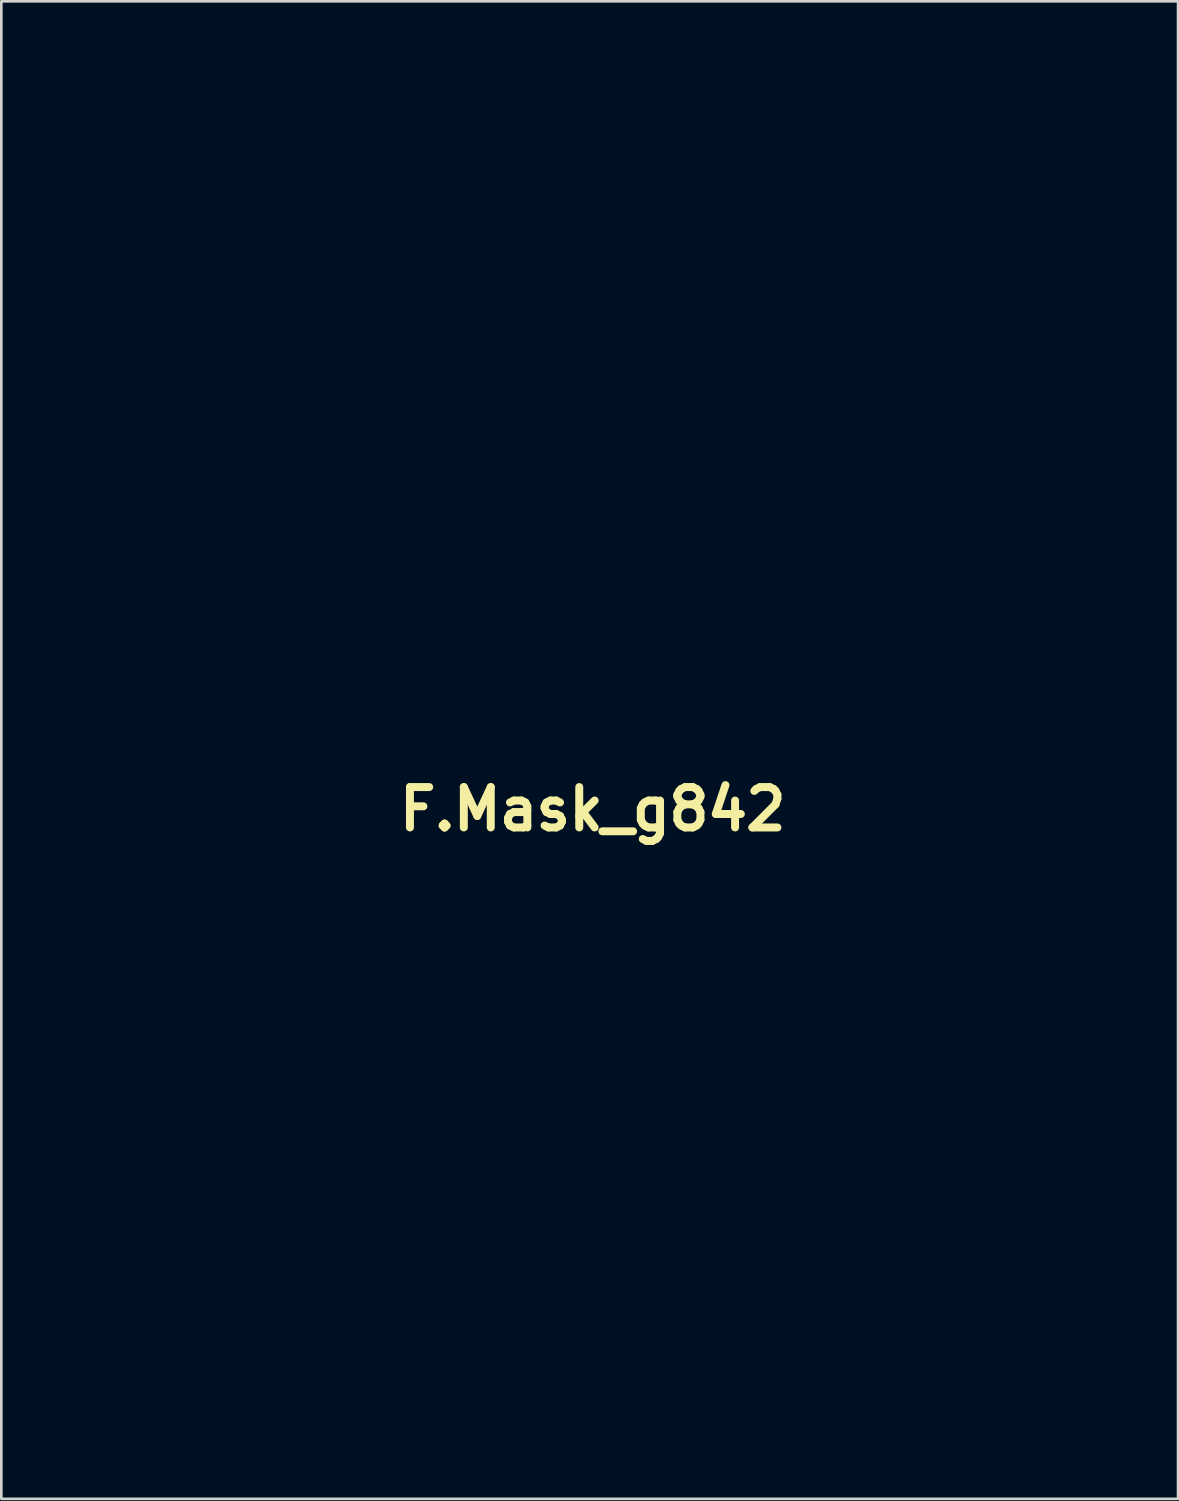
<source format=kicad_pcb>
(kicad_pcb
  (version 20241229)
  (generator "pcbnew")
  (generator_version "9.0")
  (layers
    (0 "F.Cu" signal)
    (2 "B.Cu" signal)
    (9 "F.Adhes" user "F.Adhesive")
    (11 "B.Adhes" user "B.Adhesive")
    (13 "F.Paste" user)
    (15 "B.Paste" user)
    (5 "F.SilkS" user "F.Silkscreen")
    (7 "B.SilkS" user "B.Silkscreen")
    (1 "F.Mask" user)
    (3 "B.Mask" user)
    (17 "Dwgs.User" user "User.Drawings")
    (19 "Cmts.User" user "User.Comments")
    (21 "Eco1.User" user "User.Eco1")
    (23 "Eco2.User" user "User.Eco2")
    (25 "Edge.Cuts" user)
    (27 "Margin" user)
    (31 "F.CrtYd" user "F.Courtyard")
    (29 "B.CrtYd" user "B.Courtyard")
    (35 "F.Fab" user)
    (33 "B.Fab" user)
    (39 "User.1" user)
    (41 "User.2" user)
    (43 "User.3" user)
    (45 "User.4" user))
  (footprint "F.Mask_g842"
    (layer "F.Cu")
    (at 19.309 27.475)
    (property "Reference" "F.Mask_g842" (at 0 0 0) (layer "F.SilkS") (effects (font (size 1.524 1.524) (thickness 0.3))))
    (attr through_hole)
    (fp_poly (pts (xy -2.108 19.327) (xy -2.242 19.334) (xy -2.375 19.342) (xy -2.382 19.679) (xy -2.389 20.015) (xy -2.642 20.015) (xy -2.642 19.661) (xy -2.64 19.527) (xy -2.635 19.406) (xy -2.628 19.31) (xy -2.62 19.251) (xy -2.617 19.243) (xy -2.563 19.17) (xy -2.465 19.123) (xy -2.324 19.102) (xy -2.275 19.101) (xy -2.108 19.101) (xy -2.108 19.327)) (stroke (width 0.01) (type solid)) (fill yes) (layer "F.Mask"))
    (fp_poly (pts (xy -2.203 20.325) (xy -2.07 20.333) (xy -2.054 20.549) (xy -1.829 20.549) (xy -1.829 20.777) (xy -2.059 20.777) (xy -2.052 21.012) (xy -2.045 21.247) (xy -1.829 21.263) (xy -1.829 21.488) (xy -1.975 21.488) (xy -2.072 21.481) (xy -2.161 21.463) (xy -2.2 21.448) (xy -2.257 21.411) (xy -2.296 21.361) (xy -2.321 21.287) (xy -2.333 21.181) (xy -2.337 21.034) (xy -2.337 21.03) (xy -2.337 20.777) (xy -2.413 20.777) (xy -2.46 20.774) (xy -2.482 20.755) (xy -2.489 20.706) (xy -2.489 20.663) (xy -2.487 20.593) (xy -2.474 20.559) (xy -2.442 20.549) (xy -2.413 20.549) (xy -2.366 20.545) (xy -2.344 20.526) (xy -2.337 20.478) (xy -2.337 20.433) (xy -2.337 20.317) (xy -2.203 20.325)) (stroke (width 0.01) (type solid)) (fill yes) (layer "F.Mask"))
    (fp_poly (pts (xy -6.706 19.394) (xy -6.705 19.521) (xy -6.702 19.608) (xy -6.694 19.665) (xy -6.68 19.704) (xy -6.659 19.734) (xy -6.643 19.75) (xy -6.581 19.793) (xy -6.517 19.812) (xy -6.515 19.812) (xy -6.452 19.794) (xy -6.389 19.752) (xy -6.387 19.75) (xy -6.36 19.72) (xy -6.342 19.687) (xy -6.332 19.641) (xy -6.326 19.571) (xy -6.325 19.466) (xy -6.325 19.394) (xy -6.325 19.101) (xy -6.071 19.101) (xy -6.071 19.425) (xy -6.072 19.569) (xy -6.077 19.672) (xy -6.086 19.746) (xy -6.101 19.801) (xy -6.118 19.838) (xy -6.199 19.939) (xy -6.316 20.007) (xy -6.463 20.038) (xy -6.515 20.04) (xy -6.638 20.03) (xy -6.736 19.999) (xy -6.766 19.983) (xy -6.839 19.934) (xy -6.891 19.877) (xy -6.926 19.804) (xy -6.947 19.705) (xy -6.957 19.572) (xy -6.96 19.425) (xy -6.96 19.101) (xy -6.706 19.101) (xy -6.706 19.394)) (stroke (width 0.01) (type solid)) (fill yes) (layer "F.Mask"))
    (fp_poly (pts (xy -6.452 20.853) (xy -6.451 20.985) (xy -6.447 21.076) (xy -6.44 21.136) (xy -6.427 21.175) (xy -6.407 21.203) (xy -6.401 21.209) (xy -6.326 21.251) (xy -6.236 21.255) (xy -6.152 21.22) (xy -6.129 21.201) (xy -6.113 21.175) (xy -6.103 21.133) (xy -6.098 21.066) (xy -6.096 20.965) (xy -6.096 20.865) (xy -6.096 20.549) (xy -5.813 20.549) (xy -5.821 20.89) (xy -5.825 21.032) (xy -5.831 21.133) (xy -5.84 21.203) (xy -5.853 21.251) (xy -5.873 21.289) (xy -5.882 21.302) (xy -5.975 21.402) (xy -6.081 21.461) (xy -6.212 21.486) (xy -6.274 21.488) (xy -6.381 21.484) (xy -6.457 21.468) (xy -6.52 21.436) (xy -6.528 21.431) (xy -6.599 21.379) (xy -6.651 21.327) (xy -6.685 21.266) (xy -6.707 21.187) (xy -6.719 21.079) (xy -6.726 20.932) (xy -6.727 20.89) (xy -6.736 20.549) (xy -6.452 20.549) (xy -6.452 20.853)) (stroke (width 0.01) (type solid)) (fill yes) (layer "F.Mask"))
    (fp_poly (pts (xy -3.059 19.107) (xy -2.944 19.164) (xy -2.861 19.258) (xy -2.812 19.391) (xy -2.799 19.495) (xy -2.788 19.66) (xy -3.083 19.66) (xy -3.204 19.662) (xy -3.299 19.667) (xy -3.36 19.675) (xy -3.378 19.684) (xy -3.354 19.728) (xy -3.287 19.762) (xy -3.182 19.782) (xy -3.08 19.787) (xy -2.896 19.787) (xy -2.896 20.015) (xy -3.118 20.015) (xy -3.267 20.009) (xy -3.372 19.992) (xy -3.416 19.975) (xy -3.54 19.885) (xy -3.626 19.767) (xy -3.672 19.632) (xy -3.675 19.487) (xy -3.657 19.425) (xy -3.378 19.425) (xy -3.332 19.447) (xy -3.238 19.456) (xy -3.212 19.456) (xy -3.12 19.454) (xy -3.072 19.446) (xy -3.061 19.43) (xy -3.063 19.425) (xy -3.129 19.34) (xy -3.203 19.306) (xy -3.285 19.322) (xy -3.322 19.344) (xy -3.374 19.391) (xy -3.378 19.425) (xy -3.657 19.425) (xy -3.633 19.343) (xy -3.594 19.274) (xy -3.509 19.177) (xy -3.404 19.118) (xy -3.269 19.091) (xy -3.209 19.089) (xy -3.059 19.107)) (stroke (width 0.01) (type solid)) (fill yes) (layer "F.Mask"))
    (fp_poly (pts (xy -4.496 19.174) (xy -4.378 19.122) (xy -4.239 19.084) (xy -4.108 19.093) (xy -3.99 19.143) (xy -3.894 19.229) (xy -3.824 19.347) (xy -3.788 19.491) (xy -3.785 19.558) (xy -3.805 19.721) (xy -3.865 19.854) (xy -3.961 19.954) (xy -4.09 20.017) (xy -4.247 20.04) (xy -4.257 20.04) (xy -4.354 20.033) (xy -4.442 20.018) (xy -4.483 20.005) (xy -4.586 19.936) (xy -4.672 19.835) (xy -4.721 19.738) (xy -4.732 19.679) (xy -4.74 19.577) (xy -4.741 19.564) (xy -4.474 19.564) (xy -4.46 19.663) (xy -4.41 19.748) (xy -4.407 19.751) (xy -4.325 19.801) (xy -4.234 19.808) (xy -4.149 19.772) (xy -4.106 19.729) (xy -4.062 19.639) (xy -4.054 19.544) (xy -4.076 19.454) (xy -4.123 19.379) (xy -4.189 19.33) (xy -4.27 19.315) (xy -4.323 19.327) (xy -4.402 19.381) (xy -4.453 19.465) (xy -4.474 19.564) (xy -4.741 19.564) (xy -4.746 19.438) (xy -4.749 19.27) (xy -4.75 19.186) (xy -4.75 18.72) (xy -4.496 18.72) (xy -4.496 19.174)) (stroke (width 0.01) (type solid)) (fill yes) (layer "F.Mask"))
    (fp_poly (pts (xy -2.817 20.564) (xy -2.7 20.62) (xy -2.616 20.714) (xy -2.564 20.847) (xy -2.547 20.957) (xy -2.533 21.107) (xy -2.84 21.107) (xy -2.975 21.109) (xy -3.065 21.113) (xy -3.116 21.12) (xy -3.136 21.132) (xy -3.136 21.14) (xy -3.088 21.193) (xy -2.993 21.231) (xy -2.851 21.253) (xy -2.826 21.255) (xy -2.642 21.266) (xy -2.642 21.488) (xy -2.813 21.486) (xy -2.915 21.482) (xy -3.009 21.473) (xy -3.065 21.464) (xy -3.211 21.406) (xy -3.323 21.313) (xy -3.397 21.19) (xy -3.428 21.041) (xy -3.429 21.011) (xy -3.415 20.902) (xy -3.144 20.902) (xy -3.112 20.921) (xy -3.035 20.929) (xy -2.985 20.93) (xy -2.888 20.926) (xy -2.835 20.915) (xy -2.819 20.896) (xy -2.842 20.834) (xy -2.901 20.783) (xy -2.951 20.763) (xy -3.012 20.762) (xy -3.067 20.795) (xy -3.085 20.812) (xy -3.133 20.867) (xy -3.144 20.902) (xy -3.415 20.902) (xy -3.409 20.85) (xy -3.35 20.72) (xy -3.255 20.624) (xy -3.126 20.565) (xy -2.968 20.545) (xy -2.817 20.564)) (stroke (width 0.01) (type solid)) (fill yes) (layer "F.Mask"))
    (fp_poly (pts (xy -5.613 18.951) (xy -5.611 19.05) (xy -5.606 19.126) (xy -5.599 19.167) (xy -5.594 19.171) (xy -5.447 19.108) (xy -5.322 19.084) (xy -5.208 19.098) (xy -5.095 19.15) (xy -5.093 19.151) (xy -4.998 19.238) (xy -4.935 19.352) (xy -4.904 19.484) (xy -4.905 19.622) (xy -4.937 19.756) (xy -5 19.874) (xy -5.093 19.966) (xy -5.12 19.983) (xy -5.226 20.022) (xy -5.357 20.039) (xy -5.489 20.034) (xy -5.6 20.005) (xy -5.601 20.005) (xy -5.714 19.927) (xy -5.803 19.809) (xy -5.828 19.755) (xy -5.843 19.708) (xy -5.854 19.642) (xy -5.859 19.575) (xy -5.588 19.575) (xy -5.578 19.665) (xy -5.544 19.73) (xy -5.526 19.75) (xy -5.45 19.797) (xy -5.364 19.812) (xy -5.285 19.793) (xy -5.249 19.766) (xy -5.191 19.671) (xy -5.168 19.568) (xy -5.182 19.468) (xy -5.229 19.384) (xy -5.285 19.341) (xy -5.379 19.316) (xy -5.464 19.335) (xy -5.533 19.393) (xy -5.576 19.484) (xy -5.588 19.575) (xy -5.859 19.575) (xy -5.861 19.551) (xy -5.866 19.427) (xy -5.867 19.262) (xy -5.867 19.191) (xy -5.867 18.72) (xy -5.613 18.72) (xy -5.613 18.951)) (stroke (width 0.01) (type solid)) (fill yes) (layer "F.Mask"))
    (fp_poly (pts (xy -7.643 18.774) (xy -7.512 18.783) (xy -7.427 18.799) (xy -7.41 18.806) (xy -7.293 18.88) (xy -7.209 18.984) (xy -7.16 19.106) (xy -7.148 19.236) (xy -7.175 19.365) (xy -7.243 19.48) (xy -7.266 19.505) (xy -7.343 19.581) (xy -7.29 19.684) (xy -7.251 19.75) (xy -7.211 19.78) (xy -7.162 19.787) (xy -7.116 19.79) (xy -7.094 19.809) (xy -7.087 19.858) (xy -7.087 19.901) (xy -7.087 20.015) (xy -7.223 20.015) (xy -7.328 20.006) (xy -7.41 19.972) (xy -7.479 19.906) (xy -7.546 19.8) (xy -7.559 19.775) (xy -7.601 19.698) (xy -7.633 19.656) (xy -7.671 19.638) (xy -7.728 19.634) (xy -7.753 19.634) (xy -7.874 19.634) (xy -7.874 20.015) (xy -8.153 20.015) (xy -8.153 19.025) (xy -7.874 19.025) (xy -7.874 19.412) (xy -7.705 19.401) (xy -7.609 19.392) (xy -7.548 19.376) (xy -7.504 19.349) (xy -7.477 19.32) (xy -7.427 19.24) (xy -7.425 19.167) (xy -7.473 19.094) (xy -7.479 19.087) (xy -7.522 19.052) (xy -7.571 19.033) (xy -7.644 19.026) (xy -7.708 19.025) (xy -7.874 19.025) (xy -8.153 19.025) (xy -8.153 18.771) (xy -7.822 18.771) (xy -7.643 18.774)) (stroke (width 0.01) (type solid)) (fill yes) (layer "F.Mask"))
    (fp_poly (pts (xy -5.07 20.563) (xy -4.994 20.571) (xy -4.939 20.587) (xy -4.889 20.616) (xy -4.88 20.622) (xy -4.817 20.675) (xy -4.771 20.735) (xy -4.738 20.812) (xy -4.716 20.913) (xy -4.704 21.046) (xy -4.7 21.22) (xy -4.7 21.281) (xy -4.701 21.436) (xy -4.706 21.566) (xy -4.714 21.662) (xy -4.724 21.716) (xy -4.726 21.721) (xy -4.771 21.772) (xy -4.845 21.809) (xy -4.955 21.832) (xy -5.105 21.843) (xy -5.206 21.844) (xy -5.486 21.844) (xy -5.486 21.617) (xy -5.226 21.61) (xy -4.966 21.603) (xy -4.958 21.491) (xy -4.95 21.379) (xy -5.011 21.419) (xy -5.131 21.47) (xy -5.261 21.478) (xy -5.389 21.447) (xy -5.503 21.381) (xy -5.594 21.284) (xy -5.637 21.201) (xy -5.664 21.069) (xy -5.66 21.005) (xy -5.385 21.005) (xy -5.374 21.11) (xy -5.336 21.181) (xy -5.271 21.23) (xy -5.206 21.255) (xy -5.145 21.25) (xy -5.079 21.221) (xy -5.013 21.161) (xy -4.978 21.074) (xy -4.976 20.975) (xy -5.008 20.878) (xy -5.045 20.825) (xy -5.111 20.786) (xy -5.197 20.778) (xy -5.282 20.802) (xy -5.326 20.832) (xy -5.366 20.886) (xy -5.383 20.959) (xy -5.385 21.005) (xy -5.66 21.005) (xy -5.655 20.928) (xy -5.614 20.793) (xy -5.545 20.68) (xy -5.483 20.622) (xy -5.433 20.591) (xy -5.38 20.573) (xy -5.309 20.564) (xy -5.204 20.561) (xy -5.182 20.561) (xy -5.07 20.563)) (stroke (width 0.01) (type solid)) (fill yes) (layer "F.Mask"))
    (fp_poly (pts (xy -3.931 20.561) (xy -3.809 20.597) (xy -3.715 20.668) (xy -3.64 20.775) (xy -3.617 20.823) (xy -3.601 20.871) (xy -3.591 20.929) (xy -3.585 21.007) (xy -3.582 21.116) (xy -3.581 21.262) (xy -3.583 21.401) (xy -3.588 21.526) (xy -3.595 21.626) (xy -3.603 21.691) (xy -3.607 21.704) (xy -3.643 21.76) (xy -3.706 21.8) (xy -3.801 21.826) (xy -3.936 21.84) (xy -4.089 21.844) (xy -4.369 21.844) (xy -4.369 21.615) (xy -4.118 21.615) (xy -3.995 21.614) (xy -3.914 21.607) (xy -3.867 21.59) (xy -3.843 21.556) (xy -3.836 21.503) (xy -3.835 21.458) (xy -3.835 21.381) (xy -3.905 21.427) (xy -4 21.465) (xy -4.118 21.476) (xy -4.239 21.46) (xy -4.344 21.419) (xy -4.348 21.417) (xy -4.444 21.33) (xy -4.508 21.214) (xy -4.54 21.082) (xy -4.54 21.041) (xy -4.277 21.041) (xy -4.248 21.133) (xy -4.195 21.203) (xy -4.171 21.22) (xy -4.097 21.253) (xy -4.036 21.252) (xy -3.964 21.223) (xy -3.908 21.184) (xy -3.877 21.144) (xy -3.86 21.05) (xy -3.87 20.947) (xy -3.903 20.859) (xy -3.913 20.844) (xy -3.984 20.789) (xy -4.068 20.775) (xy -4.152 20.796) (xy -4.223 20.851) (xy -4.27 20.935) (xy -4.274 20.949) (xy -4.277 21.041) (xy -4.54 21.041) (xy -4.54 20.943) (xy -4.507 20.811) (xy -4.441 20.695) (xy -4.365 20.622) (xy -4.306 20.588) (xy -4.237 20.567) (xy -4.141 20.557) (xy -4.089 20.554) (xy -3.931 20.561)) (stroke (width 0.01) (type solid)) (fill yes) (layer "F.Mask"))
    (fp_poly (pts (xy -7.66 20.222) (xy -7.562 20.27) (xy -7.472 20.36) (xy -7.456 20.381) (xy -7.436 20.414) (xy -7.421 20.455) (xy -7.41 20.513) (xy -7.402 20.598) (xy -7.396 20.717) (xy -7.391 20.834) (xy -7.386 20.985) (xy -7.379 21.093) (xy -7.371 21.165) (xy -7.36 21.21) (xy -7.345 21.235) (xy -7.336 21.243) (xy -7.292 21.255) (xy -7.244 21.226) (xy -7.24 21.223) (xy -7.222 21.204) (xy -7.209 21.179) (xy -7.199 21.14) (xy -7.193 21.081) (xy -7.19 20.994) (xy -7.189 20.872) (xy -7.188 20.706) (xy -7.188 20.697) (xy -7.188 20.218) (xy -6.909 20.218) (xy -6.909 20.682) (xy -6.91 20.837) (xy -6.914 20.981) (xy -6.92 21.104) (xy -6.928 21.194) (xy -6.935 21.239) (xy -6.973 21.317) (xy -7.034 21.395) (xy -7.05 21.41) (xy -7.11 21.457) (xy -7.169 21.48) (xy -7.247 21.488) (xy -7.284 21.488) (xy -7.418 21.475) (xy -7.511 21.439) (xy -7.569 21.397) (xy -7.612 21.349) (xy -7.641 21.285) (xy -7.659 21.197) (xy -7.668 21.077) (xy -7.671 20.917) (xy -7.671 20.882) (xy -7.672 20.734) (xy -7.675 20.629) (xy -7.682 20.558) (xy -7.694 20.514) (xy -7.71 20.488) (xy -7.711 20.487) (xy -7.756 20.455) (xy -7.782 20.447) (xy -7.812 20.452) (xy -7.835 20.469) (xy -7.852 20.507) (xy -7.863 20.569) (xy -7.87 20.664) (xy -7.873 20.796) (xy -7.874 20.972) (xy -7.874 20.998) (xy -7.874 21.488) (xy -8.153 21.488) (xy -8.153 20.974) (xy -8.153 20.797) (xy -8.151 20.664) (xy -8.148 20.565) (xy -8.142 20.495) (xy -8.133 20.446) (xy -8.12 20.409) (xy -8.104 20.379) (xy -8.024 20.282) (xy -7.924 20.227) (xy -7.794 20.208) (xy -7.782 20.208) (xy -7.66 20.222)) (stroke (width 0.01) (type solid)) (fill yes) (layer "F.Mask"))
    (fp_poly (pts (xy -10.501 18.459) (xy -10.403 18.477) (xy -10.135 18.562) (xy -9.889 18.689) (xy -9.668 18.853) (xy -9.476 19.05) (xy -9.317 19.274) (xy -9.195 19.519) (xy -9.113 19.782) (xy -9.075 20.057) (xy -9.078 20.275) (xy -9.126 20.564) (xy -9.218 20.833) (xy -9.349 21.077) (xy -9.515 21.295) (xy -9.712 21.482) (xy -9.937 21.635) (xy -10.184 21.752) (xy -10.45 21.828) (xy -10.73 21.861) (xy -11.021 21.846) (xy -11.05 21.843) (xy -11.305 21.781) (xy -11.555 21.675) (xy -11.79 21.531) (xy -12.001 21.355) (xy -12.179 21.154) (xy -12.264 21.026) (xy -12.387 20.769) (xy -12.464 20.494) (xy -12.497 20.211) (xy -12.494 20.148) (xy -12.316 20.148) (xy -12.311 20.326) (xy -12.295 20.453) (xy -12.23 20.673) (xy -12.125 20.892) (xy -11.987 21.099) (xy -11.824 21.28) (xy -11.65 21.421) (xy -11.413 21.55) (xy -11.157 21.636) (xy -10.892 21.678) (xy -10.626 21.676) (xy -10.368 21.627) (xy -10.338 21.618) (xy -10.09 21.514) (xy -9.864 21.368) (xy -9.664 21.186) (xy -9.498 20.974) (xy -9.371 20.737) (xy -9.32 20.599) (xy -9.261 20.33) (xy -9.252 20.061) (xy -9.29 19.798) (xy -9.376 19.545) (xy -9.507 19.309) (xy -9.683 19.093) (xy -9.699 19.077) (xy -9.908 18.895) (xy -10.125 18.761) (xy -10.357 18.672) (xy -10.611 18.625) (xy -10.797 18.616) (xy -11.068 18.641) (xy -11.326 18.711) (xy -11.566 18.825) (xy -11.782 18.977) (xy -11.97 19.164) (xy -12.124 19.383) (xy -12.239 19.629) (xy -12.243 19.641) (xy -12.28 19.786) (xy -12.305 19.962) (xy -12.316 20.148) (xy -12.494 20.148) (xy -12.483 19.926) (xy -12.424 19.647) (xy -12.331 19.407) (xy -12.181 19.15) (xy -11.996 18.93) (xy -11.775 18.745) (xy -11.519 18.598) (xy -11.354 18.529) (xy -11.164 18.477) (xy -10.946 18.448) (xy -10.719 18.442) (xy -10.501 18.459)) (stroke (width 0.01) (type solid)) (fill yes) (layer "F.Mask"))
    (fp_poly (pts (xy -10.753 18.69) (xy -10.717 18.744) (xy -10.673 18.819) (xy -10.672 18.821) (xy -10.588 18.974) (xy -10.654 18.974) (xy -10.687 18.976) (xy -10.706 18.99) (xy -10.716 19.026) (xy -10.719 19.094) (xy -10.719 19.164) (xy -10.717 19.255) (xy -10.711 19.323) (xy -10.703 19.354) (xy -10.701 19.355) (xy -10.655 19.347) (xy -10.586 19.329) (xy -10.51 19.304) (xy -10.441 19.279) (xy -10.397 19.258) (xy -10.389 19.25) (xy -10.408 19.228) (xy -10.414 19.228) (xy -10.428 19.205) (xy -10.438 19.147) (xy -10.439 19.101) (xy -10.439 18.974) (xy -10.185 18.974) (xy -10.185 19.087) (xy -10.194 19.171) (xy -10.217 19.217) (xy -10.221 19.22) (xy -10.252 19.259) (xy -10.266 19.301) (xy -10.272 19.329) (xy -10.288 19.35) (xy -10.322 19.37) (xy -10.381 19.392) (xy -10.473 19.419) (xy -10.606 19.454) (xy -10.611 19.455) (xy -10.688 19.485) (xy -10.715 19.523) (xy -10.695 19.574) (xy -10.655 19.619) (xy -10.602 19.698) (xy -10.598 19.776) (xy -10.643 19.847) (xy -10.659 19.861) (xy -10.747 19.906) (xy -10.832 19.904) (xy -10.897 19.863) (xy -10.941 19.787) (xy -10.942 19.704) (xy -10.902 19.63) (xy -10.884 19.613) (xy -10.837 19.571) (xy -10.82 19.535) (xy -10.835 19.504) (xy -10.887 19.473) (xy -10.979 19.44) (xy -11.117 19.402) (xy -11.176 19.387) (xy -11.243 19.359) (xy -11.271 19.316) (xy -11.274 19.305) (xy -11.295 19.242) (xy -11.318 19.209) (xy -11.352 19.143) (xy -11.348 19.067) (xy -11.309 19) (xy -11.287 18.982) (xy -11.235 18.954) (xy -11.191 18.958) (xy -11.154 18.976) (xy -11.097 19.033) (xy -11.078 19.108) (xy -11.099 19.184) (xy -11.115 19.205) (xy -11.144 19.244) (xy -11.148 19.263) (xy -11.121 19.274) (xy -11.06 19.294) (xy -10.985 19.316) (xy -10.911 19.337) (xy -10.855 19.351) (xy -10.836 19.355) (xy -10.828 19.331) (xy -10.823 19.27) (xy -10.82 19.182) (xy -10.82 19.164) (xy -10.821 19.067) (xy -10.826 19.011) (xy -10.838 18.983) (xy -10.862 18.974) (xy -10.884 18.974) (xy -10.932 18.969) (xy -10.947 18.961) (xy -10.935 18.929) (xy -10.905 18.872) (xy -10.865 18.803) (xy -10.824 18.737) (xy -10.791 18.687) (xy -10.773 18.669) (xy -10.753 18.69)) (stroke (width 0.01) (type solid)) (fill yes) (layer "F.Mask"))
    (fp_poly (pts (xy -11.606 19.75) (xy -11.547 19.786) (xy -11.472 19.837) (xy -11.392 19.893) (xy -11.319 19.947) (xy -11.266 19.99) (xy -11.263 19.993) (xy -11.23 20.019) (xy -11.196 20.029) (xy -11.145 20.024) (xy -11.061 20.003) (xy -11.06 20.003) (xy -10.826 19.968) (xy -10.59 19.98) (xy -10.482 20.002) (xy -10.337 20.04) (xy -10.197 19.927) (xy -10.075 19.833) (xy -9.978 19.773) (xy -9.91 19.748) (xy -9.877 19.755) (xy -9.865 19.788) (xy -9.85 19.86) (xy -9.833 19.963) (xy -9.817 20.084) (xy -9.816 20.093) (xy -9.797 20.252) (xy -9.782 20.366) (xy -9.769 20.443) (xy -9.756 20.49) (xy -9.743 20.512) (xy -9.727 20.517) (xy -9.712 20.513) (xy -9.656 20.494) (xy -9.612 20.482) (xy -9.563 20.481) (xy -9.548 20.502) (xy -9.566 20.536) (xy -9.614 20.573) (xy -9.639 20.585) (xy -9.706 20.619) (xy -9.724 20.644) (xy -9.694 20.657) (xy -9.617 20.657) (xy -9.598 20.656) (xy -9.521 20.651) (xy -9.484 20.657) (xy -9.479 20.676) (xy -9.479 20.678) (xy -9.512 20.711) (xy -9.54 20.721) (xy -9.628 20.737) (xy -9.675 20.753) (xy -9.69 20.774) (xy -9.686 20.791) (xy -9.691 20.842) (xy -9.728 20.912) (xy -9.789 20.99) (xy -9.867 21.064) (xy -9.919 21.102) (xy -10.072 21.184) (xy -10.26 21.252) (xy -10.47 21.302) (xy -10.516 21.31) (xy -10.669 21.328) (xy -10.811 21.331) (xy -10.963 21.319) (xy -11.113 21.295) (xy -11.275 21.256) (xy -11.432 21.197) (xy -11.576 21.125) (xy -11.698 21.044) (xy -11.791 20.958) (xy -11.848 20.874) (xy -11.862 20.813) (xy -11.873 20.782) (xy -10.857 20.782) (xy -10.832 20.823) (xy -10.831 20.824) (xy -10.789 20.884) (xy -10.736 20.831) (xy -10.703 20.789) (xy -10.699 20.763) (xy -10.732 20.755) (xy -10.792 20.756) (xy -10.793 20.756) (xy -10.847 20.764) (xy -10.857 20.782) (xy -11.873 20.782) (xy -11.881 20.76) (xy -11.939 20.732) (xy -12.004 20.726) (xy -12.054 20.712) (xy -12.065 20.685) (xy -12.057 20.661) (xy -12.024 20.652) (xy -11.954 20.654) (xy -11.938 20.656) (xy -11.853 20.658) (xy -11.817 20.647) (xy -11.829 20.623) (xy -11.89 20.59) (xy -11.913 20.581) (xy -11.976 20.547) (xy -12.01 20.512) (xy -12.01 20.484) (xy -11.97 20.473) (xy -11.97 20.473) (xy -11.916 20.484) (xy -11.855 20.509) (xy -11.807 20.531) (xy -11.786 20.534) (xy -11.786 20.533) (xy -11.783 20.505) (xy -11.782 20.498) (xy -11.364 20.498) (xy -11.265 20.599) (xy -11.204 20.656) (xy -11.154 20.692) (xy -11.132 20.701) (xy -11.1 20.68) (xy -11.067 20.628) (xy -11.062 20.618) (xy -11.053 20.595) (xy -10.513 20.595) (xy -10.489 20.652) (xy -10.451 20.693) (xy -10.399 20.692) (xy -10.33 20.646) (xy -10.294 20.611) (xy -10.245 20.558) (xy -10.219 20.519) (xy -10.218 20.508) (xy -10.249 20.503) (xy -10.314 20.505) (xy -10.374 20.511) (xy -10.463 20.528) (xy -10.508 20.553) (xy -10.513 20.595) (xy -11.053 20.595) (xy -11.028 20.536) (xy -11.121 20.518) (xy -11.207 20.506) (xy -11.286 20.499) (xy -11.289 20.499) (xy -11.364 20.498) (xy -11.782 20.498) (xy -11.775 20.435) (xy -11.764 20.335) (xy -11.75 20.212) (xy -11.745 20.173) (xy -11.724 20.006) (xy -11.705 19.883) (xy -11.685 19.801) (xy -11.664 19.754) (xy -11.641 19.736) (xy -11.637 19.736) (xy -11.606 19.75)) (stroke (width 0.01) (type solid)) (fill yes) (layer "F.Mask"))
    (fp_poly (pts (xy -12.593 -27.449) (xy -12.55 -27.387) (xy -12.483 -27.287) (xy -12.392 -27.149) (xy -12.277 -26.976) (xy -12.142 -26.77) (xy -11.985 -26.532) (xy -11.81 -26.264) (xy -11.617 -25.969) (xy -11.407 -25.648) (xy -11.181 -25.303) (xy -10.941 -24.935) (xy -10.688 -24.547) (xy -10.423 -24.14) (xy -10.147 -23.717) (xy -9.862 -23.279) (xy -9.569 -22.828) (xy -9.297 -22.409) (xy -6.007 -17.348) (xy -0.112 -17.348) (xy 5.784 -17.348) (xy 9.073 -22.409) (xy 9.373 -22.87) (xy 9.665 -23.32) (xy 9.95 -23.757) (xy 10.224 -24.179) (xy 10.488 -24.584) (xy 10.74 -24.97) (xy 10.979 -25.335) (xy 11.203 -25.678) (xy 11.412 -25.997) (xy 11.603 -26.29) (xy 11.777 -26.555) (xy 11.931 -26.789) (xy 12.065 -26.992) (xy 12.177 -27.162) (xy 12.267 -27.296) (xy 12.332 -27.393) (xy 12.371 -27.451) (xy 12.385 -27.468) (xy 12.4 -27.447) (xy 12.443 -27.385) (xy 12.51 -27.284) (xy 12.602 -27.146) (xy 12.716 -26.973) (xy 12.852 -26.767) (xy 13.008 -26.528) (xy 13.184 -26.261) (xy 13.378 -25.965) (xy 13.588 -25.643) (xy 13.815 -25.297) (xy 14.055 -24.928) (xy 14.309 -24.539) (xy 14.575 -24.132) (xy 14.851 -23.707) (xy 15.138 -23.268) (xy 15.432 -22.815) (xy 15.734 -22.351) (xy 15.742 -22.339) (xy 19.075 -17.212) (xy 19.075 16.929) (xy 15.02 19.971) (xy 10.964 23.012) (xy -0.112 23.012) (xy -11.189 23.012) (xy -15.245 19.971) (xy -19.301 16.929) (xy -19.304 -17.093) (xy -18.923 -17.093) (xy -18.923 -0.178) (xy -18.923 16.737) (xy -14.98 19.696) (xy -11.036 22.656) (xy -0.116 22.656) (xy 10.803 22.657) (xy 14.749 19.698) (xy 18.694 16.739) (xy 18.694 -0.179) (xy 18.694 -17.097) (xy 18.602 -17.241) (xy 18.554 -17.316) (xy 18.482 -17.428) (xy 18.387 -17.575) (xy 18.271 -17.754) (xy 18.135 -17.964) (xy 17.981 -18.201) (xy 17.81 -18.464) (xy 17.624 -18.751) (xy 17.424 -19.058) (xy 17.213 -19.384) (xy 16.99 -19.727) (xy 16.759 -20.083) (xy 16.52 -20.451) (xy 16.275 -20.828) (xy 16.025 -21.212) (xy 15.773 -21.601) (xy 15.518 -21.992) (xy 15.264 -22.383) (xy 15.011 -22.772) (xy 14.762 -23.155) (xy 14.516 -23.532) (xy 14.277 -23.9) (xy 14.046 -24.256) (xy 13.823 -24.598) (xy 13.612 -24.923) (xy 13.412 -25.23) (xy 13.226 -25.516) (xy 13.055 -25.778) (xy 12.901 -26.015) (xy 12.764 -26.223) (xy 12.648 -26.402) (xy 12.553 -26.547) (xy 12.48 -26.658) (xy 12.432 -26.731) (xy 12.41 -26.765) (xy 12.408 -26.767) (xy 12.4 -26.763) (xy 12.382 -26.743) (xy 12.353 -26.706) (xy 12.311 -26.65) (xy 12.258 -26.574) (xy 12.19 -26.476) (xy 12.108 -26.355) (xy 12.01 -26.21) (xy 11.896 -26.039) (xy 11.765 -25.841) (xy 11.616 -25.614) (xy 11.447 -25.358) (xy 11.259 -25.07) (xy 11.049 -24.75) (xy 10.818 -24.396) (xy 10.564 -24.006) (xy 10.286 -23.58) (xy 9.984 -23.116) (xy 9.656 -22.612) (xy 9.302 -22.068) (xy 9.182 -21.884) (xy 5.987 -16.967) (xy -6.21 -16.967) (xy -9.398 -21.872) (xy -9.693 -22.326) (xy -9.981 -22.769) (xy -10.261 -23.198) (xy -10.53 -23.613) (xy -10.789 -24.011) (xy -11.036 -24.39) (xy -11.269 -24.748) (xy -11.488 -25.083) (xy -11.691 -25.395) (xy -11.876 -25.68) (xy -12.044 -25.936) (xy -12.192 -26.163) (xy -12.319 -26.357) (xy -12.424 -26.518) (xy -12.506 -26.643) (xy -12.564 -26.73) (xy -12.596 -26.777) (xy -12.602 -26.786) (xy -12.617 -26.766) (xy -12.659 -26.706) (xy -12.725 -26.606) (xy -12.816 -26.469) (xy -12.929 -26.298) (xy -13.064 -26.093) (xy -13.219 -25.857) (xy -13.394 -25.591) (xy -13.585 -25.298) (xy -13.794 -24.979) (xy -14.018 -24.637) (xy -14.255 -24.272) (xy -14.506 -23.888) (xy -14.768 -23.485) (xy -15.041 -23.067) (xy -15.323 -22.634) (xy -15.612 -22.188) (xy -15.771 -21.945) (xy -18.923 -17.093) (xy -19.304 -17.093) (xy -19.304 -17.17) (xy -19.234 -17.171) (xy -19.187 -17.174) (xy -19.186 -17.186) (xy -19.213 -17.209) (xy -19.246 -17.246) (xy -19.239 -17.291) (xy -19.234 -17.303) (xy -19.215 -17.334) (xy -19.171 -17.405) (xy -19.102 -17.513) (xy -19.01 -17.656) (xy -18.896 -17.833) (xy -18.762 -18.04) (xy -18.609 -18.276) (xy -18.44 -18.538) (xy -18.254 -18.824) (xy -18.054 -19.132) (xy -17.841 -19.46) (xy -17.617 -19.805) (xy -17.383 -20.165) (xy -17.141 -20.537) (xy -16.892 -20.921) (xy -16.637 -21.312) (xy -16.378 -21.71) (xy -16.116 -22.111) (xy -15.854 -22.514) (xy -15.592 -22.916) (xy -15.331 -23.315) (xy -15.074 -23.709) (xy -14.822 -24.096) (xy -14.576 -24.473) (xy -14.338 -24.838) (xy -14.109 -25.188) (xy -13.89 -25.522) (xy -13.684 -25.838) (xy -13.491 -26.132) (xy -13.314 -26.403) (xy -13.152 -26.649) (xy -13.009 -26.867) (xy -12.885 -27.055) (xy -12.783 -27.211) (xy -12.702 -27.332) (xy -12.646 -27.417) (xy -12.614 -27.462) (xy -12.608 -27.47) (xy -12.593 -27.449)) (stroke (width 0.01) (type solid)) (fill yes) (layer "F.Mask")))
  (gr_rect
    (start -3 -3)
    (end 41.389 53.492)
    (stroke (width 0.1) (type default))
    (fill no)
    (layer "Edge.Cuts")))
</source>
